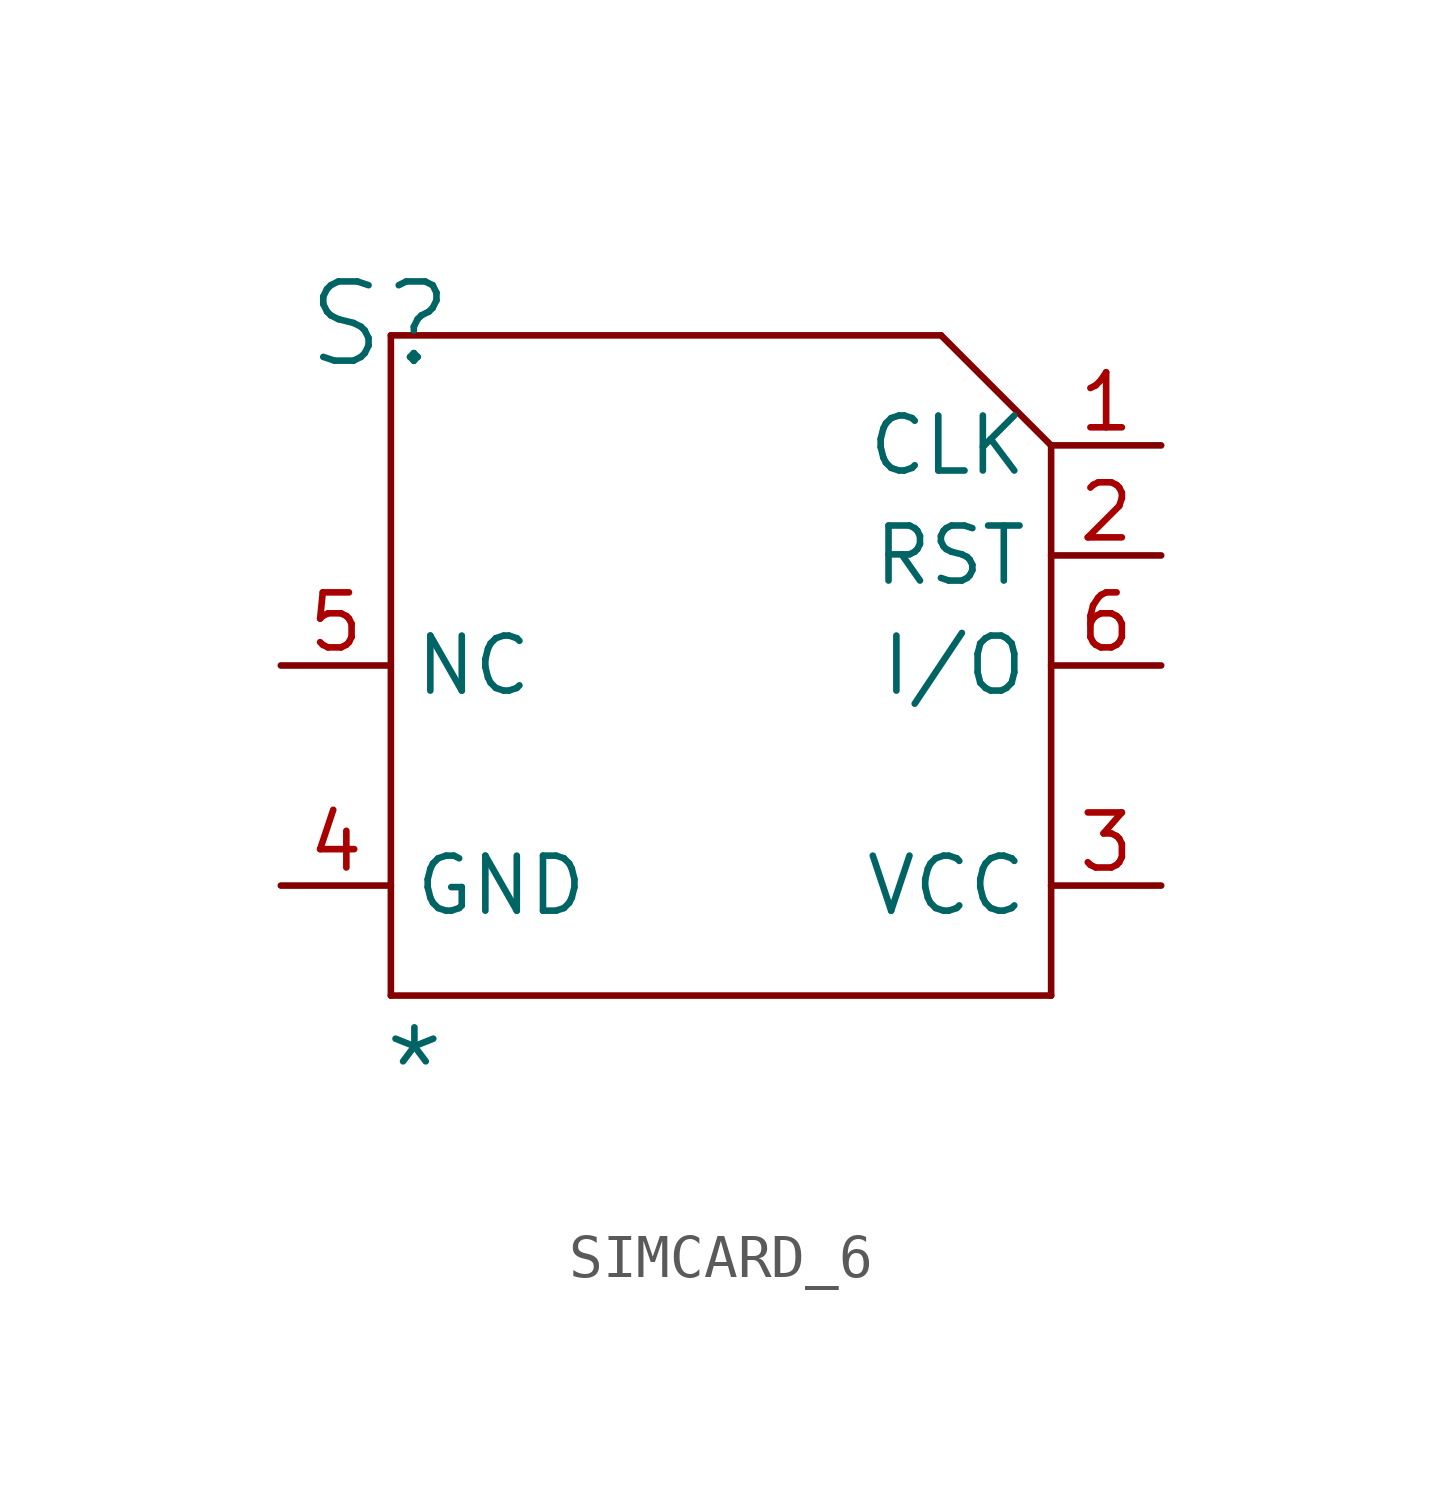
<source format=kicad_sym>
(kicad_symbol_lib
  (version 20241209)
  (generator "kicad_symbol_editor")
  (generator_version "9.0")
  (symbol "SIMCARD_6"
    (property "Reference" "S"
      (at -0.254 0.254 0)
      (effects (font (size 1.829 1.829))))
    (property "Value" "*"
      (at -0.254 -18.034 0)
      (effects (font (size 1.829 1.829)) (justify left bottom)))
    (symbol "SIMCARD_6_1_0"
      (polyline (pts (xy 0 0) (xy 0 -15.24)) (stroke (width 0) (type solid)) (fill (type none)))
      (polyline (pts (xy 0 0) (xy 12.7 0)) (stroke (width 0) (type solid)) (fill (type none)))
      (polyline (pts (xy 12.7 0) (xy 15.24 -2.54)) (stroke (width 0) (type solid)) (fill (type none)))
      (polyline (pts (xy 15.24 -2.54) (xy 15.24 -15.24)) (stroke (width 0) (type solid)) (fill (type none)))
      (polyline (pts (xy 15.24 -15.24) (xy 0 -15.24)) (stroke (width 0) (type solid)) (fill (type none)))
      (pin passive line (at -2.54 -7.62 0) (length 2.54) (name "NC" (effects (font (size 1.27 1.27)))) (number "5" (effects (font (size 1.27 1.27)))))
      (pin passive line (at -2.54 -12.7 0) (length 2.54) (name "GND" (effects (font (size 1.27 1.27)))) (number "4" (effects (font (size 1.27 1.27)))))
      (pin passive line (at 17.78 -2.54 180) (length 2.54) (name "CLK" (effects (font (size 1.27 1.27)))) (number "1" (effects (font (size 1.27 1.27)))))
      (pin passive line (at 17.78 -5.08 180) (length 2.54) (name "RST" (effects (font (size 1.27 1.27)))) (number "2" (effects (font (size 1.27 1.27)))))
      (pin passive line (at 17.78 -7.62 180) (length 2.54) (name "I/O" (effects (font (size 1.27 1.27)))) (number "6" (effects (font (size 1.27 1.27)))))
      (pin passive line (at 17.78 -12.7 180) (length 2.54) (name "VCC" (effects (font (size 1.27 1.27)))) (number "3" (effects (font (size 1.27 1.27))))))))
</source>
